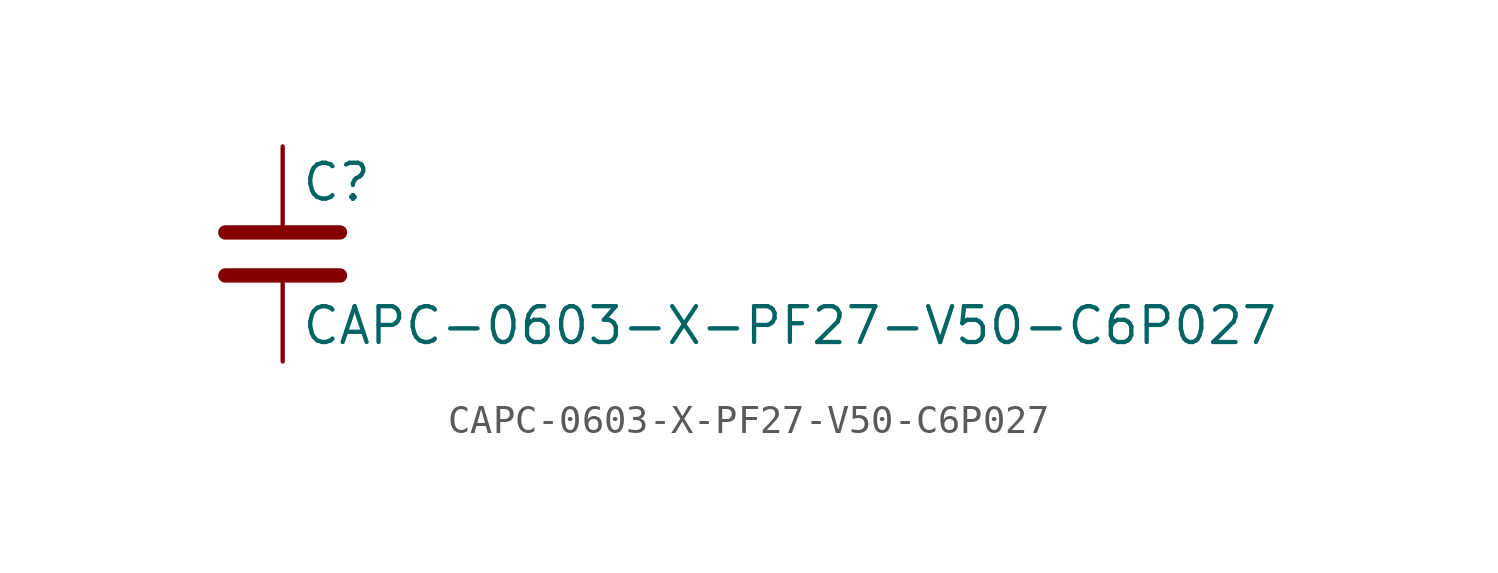
<source format=kicad_sym>
(kicad_symbol_lib
  (version 20211014)
  (generator kicad_symbol_editor)
  (symbol "CAPC-0603-X-PF27-V50-C6P027"
    (pin_numbers hide)
    (pin_names
      (offset 0.254))
    (property "Reference" "C"
      (at 0.635 2.54 0)
      (effects (font (size 1.27 1.27)) (justify left)))
    (property "Value" "CAPC-0603-X-PF27-V50-C6P027"
      (at 0.635 -2.54 0)
      (effects (font (size 1.27 1.27)) (justify left)))
    (symbol "CAPC-0603-X-PF27-V50-C6P027_0_1"
      (polyline (pts (xy -2.032 -0.762) (xy 2.032 -0.762)) (stroke (width 0.508) (type default) (color 0 0 0 0)) (fill (type none)))
      (polyline (pts (xy -2.032 0.762) (xy 2.032 0.762)) (stroke (width 0.508) (type default) (color 0 0 0 0)) (fill (type none))))
    (symbol "CAPC-0603-X-PF27-V50-C6P027_1_1"
      (pin passive line (at 0 3.81 270) (length 2.794) (name "~" (effects (font (size 1.27 1.27)))) (number "1" (effects (font (size 1.27 1.27)))))
      (pin passive line (at 0 -3.81 90) (length 2.794) (name "~" (effects (font (size 1.27 1.27)))) (number "2" (effects (font (size 1.27 1.27))))))))
</source>
